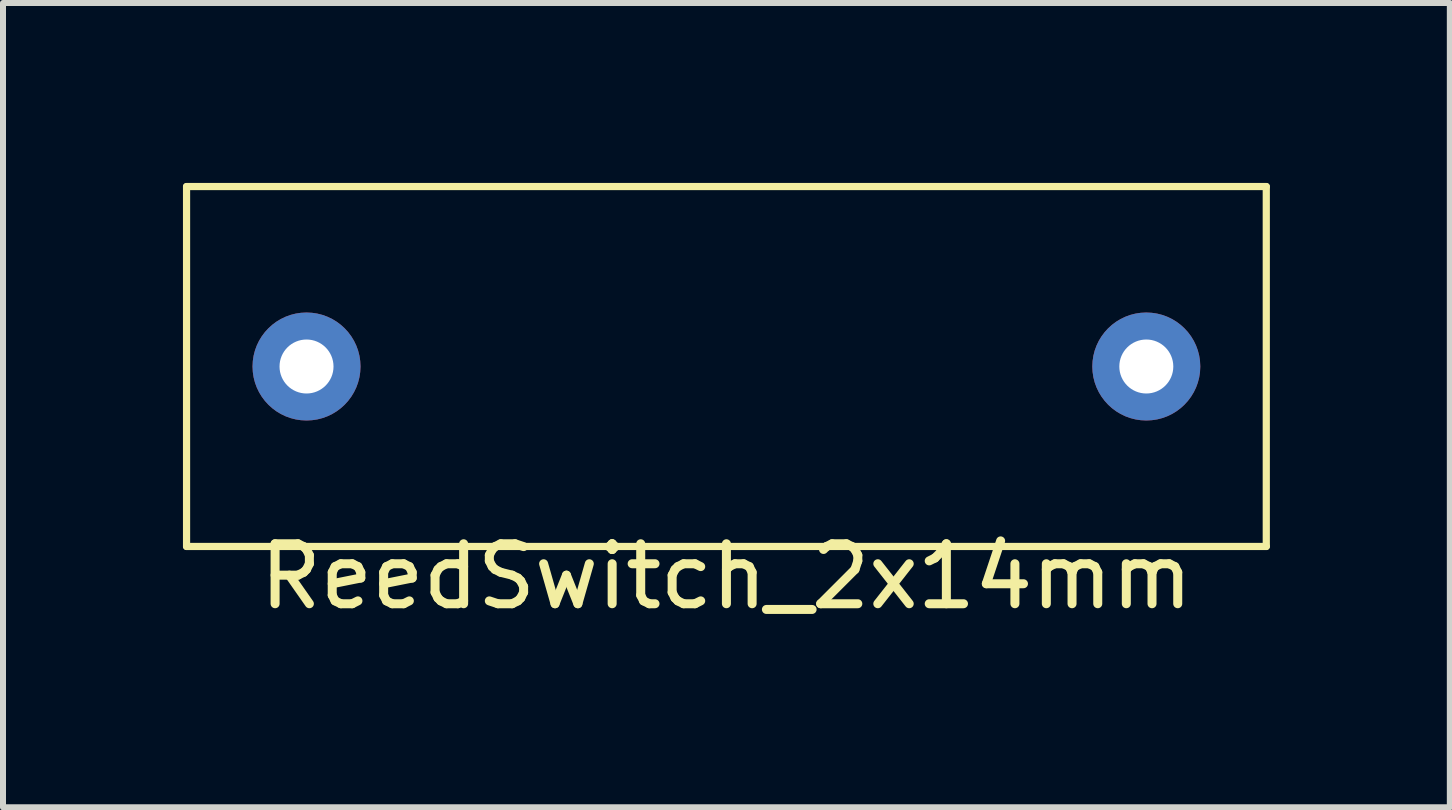
<source format=kicad_pcb>
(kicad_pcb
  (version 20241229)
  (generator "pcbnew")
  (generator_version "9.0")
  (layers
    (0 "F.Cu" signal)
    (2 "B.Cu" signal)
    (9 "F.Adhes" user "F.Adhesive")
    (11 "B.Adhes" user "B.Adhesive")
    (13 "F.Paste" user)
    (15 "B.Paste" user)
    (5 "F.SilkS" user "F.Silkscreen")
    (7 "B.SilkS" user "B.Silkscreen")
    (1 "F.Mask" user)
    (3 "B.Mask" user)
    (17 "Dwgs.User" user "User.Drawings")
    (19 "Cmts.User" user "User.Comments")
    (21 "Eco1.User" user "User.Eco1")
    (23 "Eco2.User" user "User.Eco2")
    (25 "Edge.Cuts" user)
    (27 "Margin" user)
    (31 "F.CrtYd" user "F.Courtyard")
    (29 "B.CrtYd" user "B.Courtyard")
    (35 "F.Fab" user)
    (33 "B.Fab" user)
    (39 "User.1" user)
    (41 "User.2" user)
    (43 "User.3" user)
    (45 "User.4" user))
  (footprint "ReedSwitch_2x14mm"
    (layer "F.Cu")
    (at 9.06 3.06)
    (property "Reference" "ReedSwitch_2x14mm" (at 0 3.5 0) (layer "F.SilkS") (effects (font (size 1 1) (thickness 0.15))))
    (attr through_hole)
    (fp_line (start -9 -3) (end 9 -3) (stroke (width 0.12) (type solid)) (layer "F.SilkS"))
    (fp_line (start -9 3) (end -9 -3) (stroke (width 0.12) (type solid)) (layer "F.SilkS"))
    (fp_line (start 9 -3) (end 9 3) (stroke (width 0.12) (type solid)) (layer "F.SilkS"))
    (fp_line (start 9 3) (end -9 3) (stroke (width 0.12) (type solid)) (layer "F.SilkS"))
    (pad "1" thru_hole circle (at -7 0) (size 1.8 1.8) (drill 0.9) (layers "*.Cu" "*.Mask"))
    (pad "2" thru_hole circle (at 7 0) (size 1.8 1.8) (drill 0.9) (layers "*.Cu" "*.Mask")))
  (gr_rect
    (start -3 -3)
    (end 21.12 10.408)
    (stroke (width 0.1) (type default))
    (fill no)
    (layer "Edge.Cuts")))
</source>
